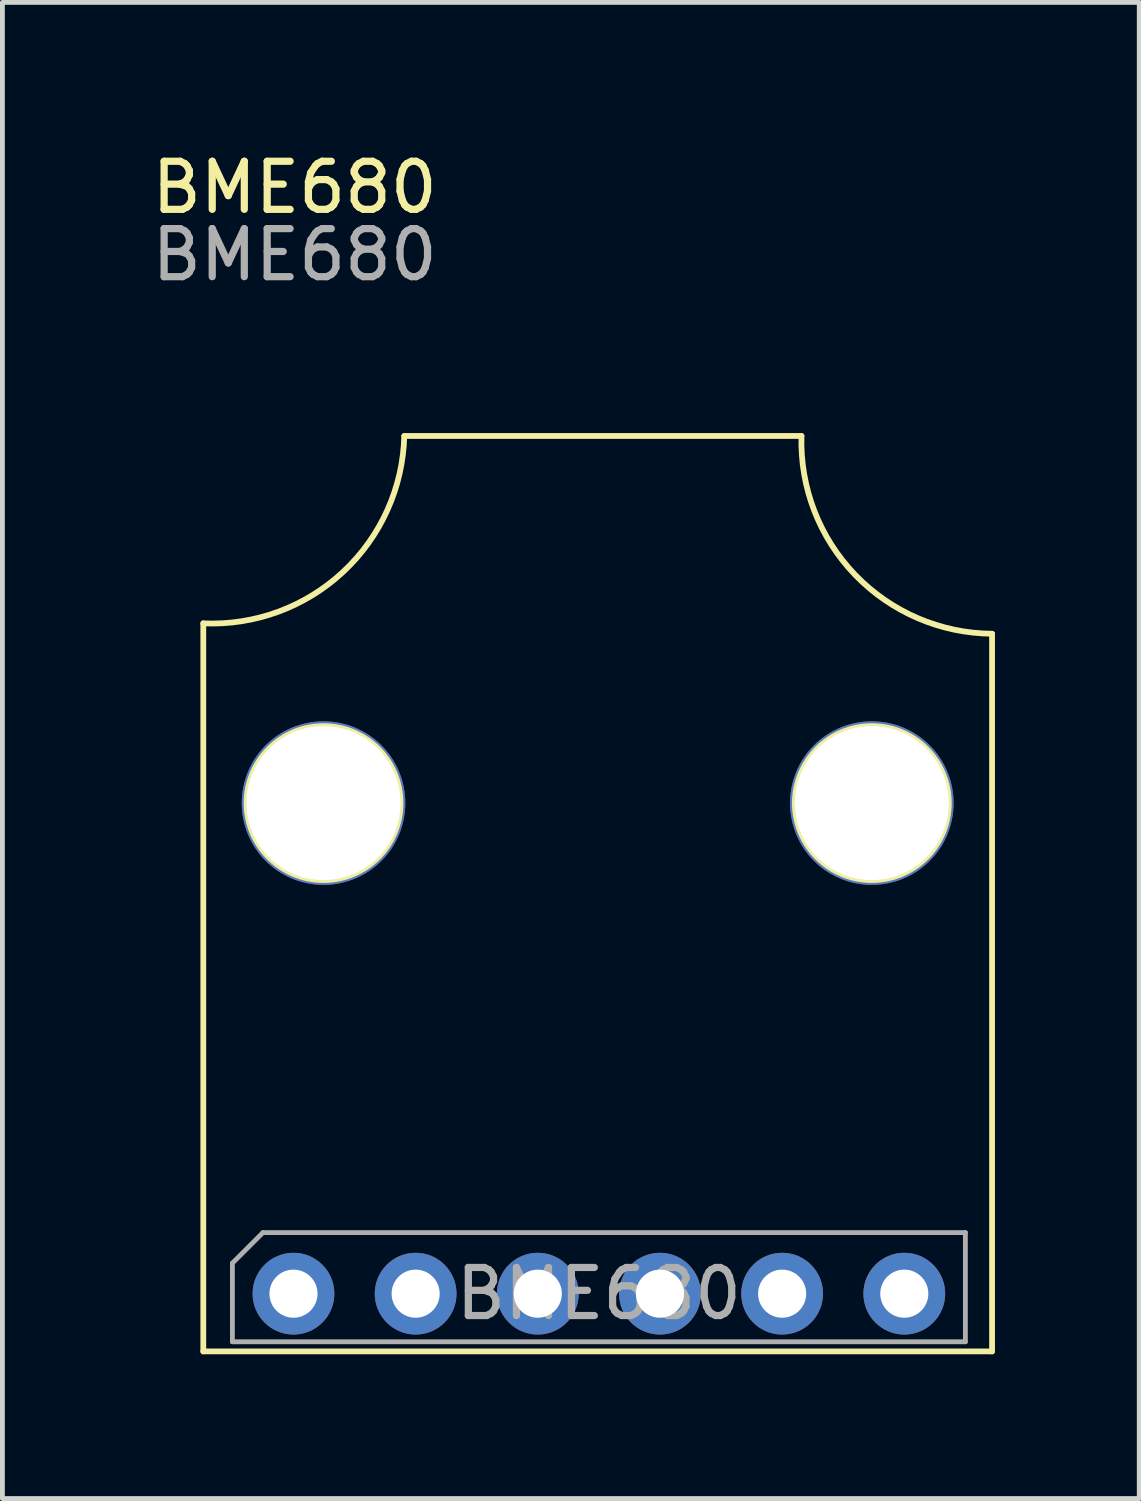
<source format=kicad_pcb>
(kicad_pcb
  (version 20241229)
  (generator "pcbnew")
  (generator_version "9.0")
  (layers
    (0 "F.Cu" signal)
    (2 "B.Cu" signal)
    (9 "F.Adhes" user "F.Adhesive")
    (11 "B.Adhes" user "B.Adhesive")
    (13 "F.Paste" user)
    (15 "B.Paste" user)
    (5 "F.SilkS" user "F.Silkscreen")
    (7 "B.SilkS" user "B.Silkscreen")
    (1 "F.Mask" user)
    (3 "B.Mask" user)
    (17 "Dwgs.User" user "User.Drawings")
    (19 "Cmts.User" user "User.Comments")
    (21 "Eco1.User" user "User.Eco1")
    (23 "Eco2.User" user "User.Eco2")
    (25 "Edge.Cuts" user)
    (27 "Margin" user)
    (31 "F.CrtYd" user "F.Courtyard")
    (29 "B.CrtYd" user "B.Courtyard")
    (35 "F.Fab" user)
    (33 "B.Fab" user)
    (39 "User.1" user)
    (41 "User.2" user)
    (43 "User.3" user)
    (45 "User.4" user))
  (footprint "BME680"
    (layer "F.Cu")
    (at 9.677 15.648)
    (property "Reference" "BME680" (at -6.6 -14.8 0) (unlocked yes) (layer "F.SilkS") (effects (font (size 1 1) (thickness 0.15))))
    (attr through_hole)
    (fp_line (start -8.5 -5.737) (end -8.5 9.4) (stroke (width 0.12) (type solid)) (layer "F.SilkS"))
    (fp_line (start -8.5 9.4) (end 7.9 9.4) (stroke (width 0.12) (type solid)) (layer "F.SilkS"))
    (fp_line (start 3.937 -9.633) (end -4.321 -9.633) (stroke (width 0.12) (type solid)) (layer "F.SilkS"))
    (fp_line (start 7.9 9.4) (end 7.9 -5.521) (stroke (width 0.12) (type solid)) (layer "F.SilkS"))
    (fp_arc (start -4.321316 -9.633332) (mid -5.592622 -6.807871) (end -8.5 -5.737075) (stroke (width 0.12) (type solid)) (layer "F.SilkS"))
    (fp_arc (start 7.9 -5.521316) (mid 5.054271 -6.744394) (end 3.937075 -9.633332) (stroke (width 0.12) (type solid)) (layer "F.SilkS"))
    (fp_circle (center -6 -2) (end -4.4 -2) (stroke (width 0.12) (type solid)) (fill no) (layer "F.SilkS"))
    (fp_circle (center 5.4 -2) (end 7 -2) (stroke (width 0.12) (type solid)) (fill no) (layer "F.SilkS"))
    (fp_line (start -7.895 7.565) (end -7.26 6.93) (stroke (width 0.1) (type solid)) (layer "F.Fab"))
    (fp_line (start -7.895 9.2) (end -7.895 7.565) (stroke (width 0.1) (type solid)) (layer "F.Fab"))
    (fp_line (start -7.26 6.93) (end 7.345 6.93) (stroke (width 0.1) (type solid)) (layer "F.Fab"))
    (fp_line (start 7.345 6.93) (end 7.345 9.2) (stroke (width 0.1) (type solid)) (layer "F.Fab"))
    (fp_line (start 7.345 9.2) (end -7.895 9.2) (stroke (width 0.1) (type solid)) (layer "F.Fab"))
    (fp_text user "${REFERENCE}" (at -6.6 -13.4 0) (unlocked yes) (layer "F.Fab") (effects (font (size 1 1) (thickness 0.15))))
    (fp_text user "${REFERENCE}" (at -0.275 8.2 180) (layer "F.Fab") (effects (font (size 1 1) (thickness 0.15))))
    (pad "" thru_hole oval (at -6 -2 90) (size 3.4 3.4) (drill 3.2) (layers "*.Cu" "*.Mask"))
    (pad "" thru_hole oval (at 5.4 -2 90) (size 3.4 3.4) (drill 3.2) (layers "*.Cu" "*.Mask"))
    (pad "1" thru_hole oval (at -6.625 8.2 90) (size 1.7 1.7) (drill 1) (layers "*.Cu" "*.Mask"))
    (pad "2" thru_hole oval (at -4.085 8.2 90) (size 1.7 1.7) (drill 1) (layers "*.Cu" "*.Mask"))
    (pad "3" thru_hole oval (at -1.545 8.2 90) (size 1.7 1.7) (drill 1) (layers "*.Cu" "*.Mask"))
    (pad "4" thru_hole oval (at 0.995 8.2 90) (size 1.7 1.7) (drill 1) (layers "*.Cu" "*.Mask"))
    (pad "5" thru_hole oval (at 3.535 8.2 90) (size 1.7 1.7) (drill 1) (layers "*.Cu" "*.Mask"))
    (pad "6" thru_hole oval (at 6.075 8.2 90) (size 1.7 1.7) (drill 1) (layers "*.Cu" "*.Mask")))
  (gr_rect
    (start -3 -3)
    (end 20.637 28.108)
    (stroke (width 0.1) (type default))
    (fill no)
    (layer "Edge.Cuts")))
</source>
